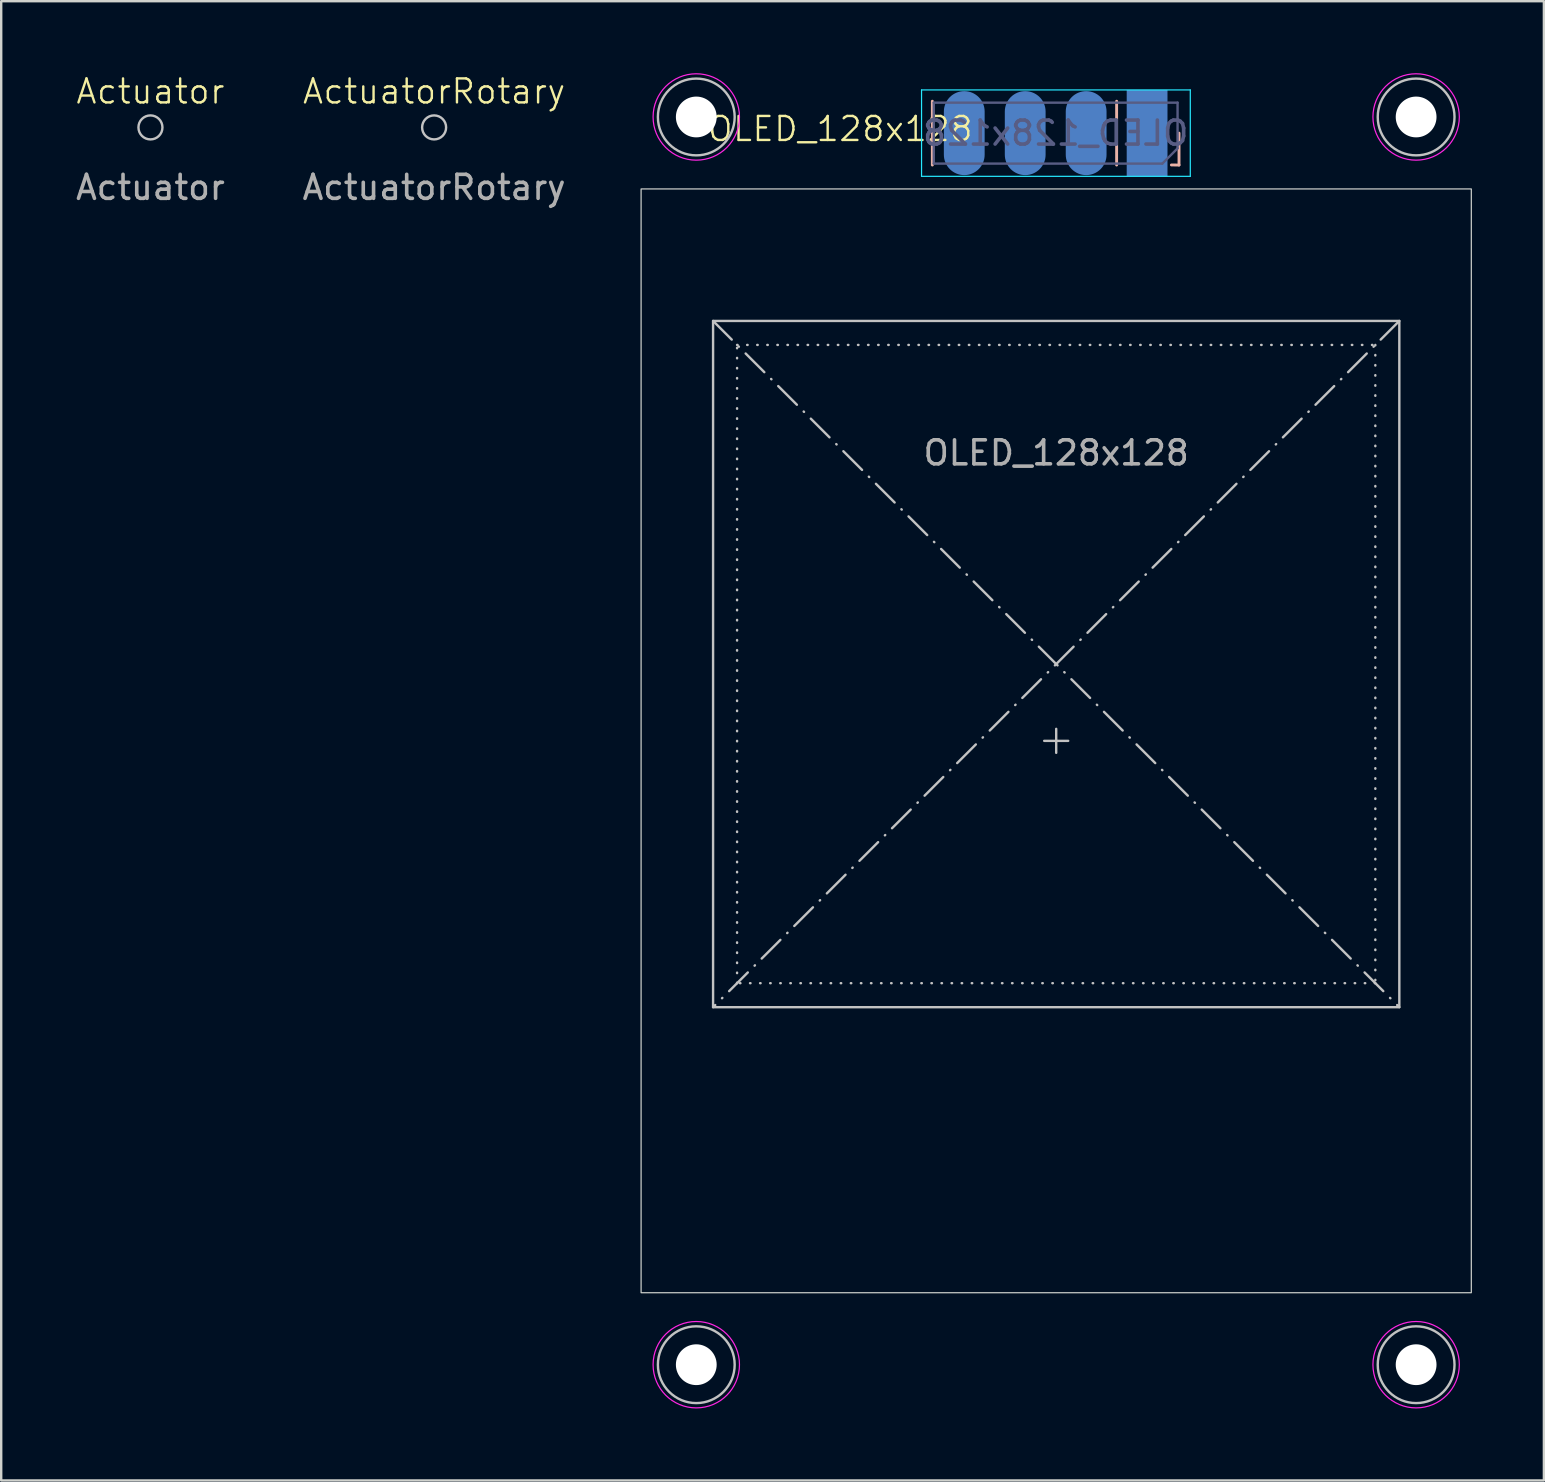
<source format=kicad_pcb>
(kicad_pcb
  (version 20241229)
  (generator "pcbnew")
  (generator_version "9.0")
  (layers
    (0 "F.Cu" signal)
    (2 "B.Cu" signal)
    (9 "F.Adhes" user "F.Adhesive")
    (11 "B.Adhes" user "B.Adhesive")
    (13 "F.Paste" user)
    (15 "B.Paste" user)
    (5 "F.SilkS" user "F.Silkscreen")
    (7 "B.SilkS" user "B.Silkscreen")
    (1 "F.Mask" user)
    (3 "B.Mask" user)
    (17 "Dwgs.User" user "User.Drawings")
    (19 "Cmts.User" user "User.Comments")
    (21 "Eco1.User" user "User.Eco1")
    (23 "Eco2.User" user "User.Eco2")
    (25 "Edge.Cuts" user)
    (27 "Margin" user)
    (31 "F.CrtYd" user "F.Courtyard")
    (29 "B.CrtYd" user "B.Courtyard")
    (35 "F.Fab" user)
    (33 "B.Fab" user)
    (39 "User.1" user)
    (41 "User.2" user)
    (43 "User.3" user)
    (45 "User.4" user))
  (footprint "ActuatorRotary"
    (layer "F.Cu")
    (at 15.042 2.26)
    (property "Reference" "ActuatorRotary" (at 0 -1.5 0) (unlocked yes) (layer "F.SilkS") (effects (font (size 1 1) (thickness 0.1))))
    (attr through_hole exclude_from_pos_files exclude_from_bom allow_missing_courtyard)
    (fp_circle (center 0 0) (end 0.5 0) (stroke (width 0.1) (type default)) (fill no) (layer "Dwgs.User"))
    (fp_text user "${REFERENCE}" (at 0 2.5 0) (unlocked yes) (layer "F.Fab") (effects (font (size 1 1) (thickness 0.15)))))
  (footprint "OLED_128x128"
    (layer "F.Cu")
    (at 40.968 27.825)
    (property "Reference" "OLED_128x128" (at -9 -25.5 0) (unlocked yes) (layer "F.SilkS") (effects (font (size 1 1) (thickness 0.1))))
    (attr through_hole)
    (fp_line (start -5.162 -23.997) (end -5.162 -26.657) (stroke (width 0.12) (type solid)) (layer "B.SilkS"))
    (fp_line (start 2.518 -23.997) (end 2.518 -26.657) (stroke (width 0.12) (type solid)) (layer "B.SilkS"))
    (fp_line (start 4.8 -24) (end 5.118 -23.997) (stroke (width 0.12) (type solid)) (layer "B.SilkS"))
    (fp_line (start 5.118 -23.997) (end 5.118 -25.327) (stroke (width 0.12) (type solid)) (layer "B.SilkS"))
    (fp_line (start -14.3 -17.5) (end 14.3 11.1) (stroke (width 0.1) (type dash_dot)) (layer "Dwgs.User"))
    (fp_line (start 0 -0.5) (end 0 0.5) (stroke (width 0.1) (type default)) (layer "Dwgs.User"))
    (fp_line (start 0.5 0) (end -0.5 0) (stroke (width 0.1) (type default)) (layer "Dwgs.User"))
    (fp_line (start 14.3 -17.5) (end -14.3 11.1) (stroke (width 0.1) (type dash_dot)) (layer "Dwgs.User"))
    (fp_rect (start -14.3 -17.5) (end 14.3 11.1) (stroke (width 0.1) (type default)) (fill no) (layer "Dwgs.User"))
    (fp_rect (start -13.3 -16.5) (end 13.3 10.1) (stroke (width 0.1) (type dot)) (fill no) (layer "Dwgs.User"))
    (fp_circle (center -15 -26) (end -13.4 -26) (stroke (width 0.1) (type solid)) (fill no) (layer "Dwgs.User"))
    (fp_circle (center -15 26) (end -13.4 26) (stroke (width 0.1) (type solid)) (fill no) (layer "Dwgs.User"))
    (fp_circle (center 15 -26) (end 16.6 -26) (stroke (width 0.1) (type solid)) (fill no) (layer "Dwgs.User"))
    (fp_circle (center 15 26) (end 16.6 26) (stroke (width 0.1) (type solid)) (fill no) (layer "Dwgs.User"))
    (fp_rect (start -17.3 -23) (end 17.3 23) (stroke (width 0.05) (type default)) (fill no) (layer "Edge.Cuts"))
    (fp_line (start -5.612 -27.127) (end 5.588 -27.127) (stroke (width 0.05) (type solid)) (layer "B.CrtYd"))
    (fp_line (start -5.612 -23.527) (end -5.612 -27.127) (stroke (width 0.05) (type solid)) (layer "B.CrtYd"))
    (fp_line (start 5.588 -27.127) (end 5.588 -23.527) (stroke (width 0.05) (type solid)) (layer "B.CrtYd"))
    (fp_line (start 5.588 -23.527) (end -5.612 -23.527) (stroke (width 0.05) (type solid)) (layer "B.CrtYd"))
    (fp_circle (center -15 -26) (end -13.2 -26) (stroke (width 0.05) (type solid)) (fill no) (layer "F.CrtYd"))
    (fp_circle (center -15 26) (end -13.2 26) (stroke (width 0.05) (type solid)) (fill no) (layer "F.CrtYd"))
    (fp_circle (center 15 -26) (end 16.8 -26) (stroke (width 0.05) (type solid)) (fill no) (layer "F.CrtYd"))
    (fp_circle (center 15 26) (end 16.8 26) (stroke (width 0.05) (type solid)) (fill no) (layer "F.CrtYd"))
    (fp_line (start -5.102 -26.597) (end -5.102 -24.057) (stroke (width 0.1) (type solid)) (layer "B.Fab"))
    (fp_line (start -5.102 -24.057) (end 4.423 -24.057) (stroke (width 0.1) (type solid)) (layer "B.Fab"))
    (fp_line (start 4.423 -24.057) (end 5.058 -24.692) (stroke (width 0.1) (type solid)) (layer "B.Fab"))
    (fp_line (start 5.058 -26.597) (end -5.102 -26.597) (stroke (width 0.1) (type solid)) (layer "B.Fab"))
    (fp_line (start 5.058 -24.692) (end 5.058 -26.597) (stroke (width 0.1) (type solid)) (layer "B.Fab"))
    (fp_text user "${REFERENCE}" (at -0.022 -25.327 180) (layer "B.Fab") (effects (font (size 1 1) (thickness 0.15)) (justify mirror)))
    (fp_text user "${REFERENCE}" (at 0 -12 0) (unlocked yes) (layer "F.Fab") (effects (font (size 1 1) (thickness 0.15))))
    (pad "" np_thru_hole circle (at -15 -26) (size 1.7 1.7) (drill 1.7) (layers "*.Cu" "*.Mask"))
    (pad "" np_thru_hole circle (at -15 26) (size 1.7 1.7) (drill 1.7) (layers "*.Cu" "*.Mask"))
    (pad "" np_thru_hole circle (at 15 -26) (size 1.7 1.7) (drill 1.7) (layers "*.Cu" "*.Mask"))
    (pad "" np_thru_hole circle (at 15 26) (size 1.7 1.7) (drill 1.7) (layers "*.Cu" "*.Mask"))
    (pad "1" smd rect (at 3.788 -25.327 270) (size 3.6 1.7) (layers "B.Cu" "B.Mask" "B.Paste"))
    (pad "2" smd oval (at 1.248 -25.327 270) (size 3.5 1.7) (layers "B.Cu" "B.Mask" "B.Paste"))
    (pad "3" smd oval (at -1.292 -25.327 270) (size 3.5 1.7) (layers "B.Cu" "B.Mask" "B.Paste"))
    (pad "4" smd oval (at -3.832 -25.327 270) (size 3.5 1.7) (layers "B.Cu" "B.Mask" "B.Paste")))
  (footprint "Actuator"
    (layer "F.Cu")
    (at 3.22 2.26)
    (property "Reference" "Actuator" (at 0 -1.5 0) (unlocked yes) (layer "F.SilkS") (effects (font (size 1 1) (thickness 0.1))))
    (attr through_hole exclude_from_pos_files exclude_from_bom allow_missing_courtyard)
    (fp_circle (center 0 0) (end 0.5 0) (stroke (width 0.1) (type default)) (fill no) (layer "Dwgs.User"))
    (fp_text user "${REFERENCE}" (at 0 2.5 0) (unlocked yes) (layer "F.Fab") (effects (font (size 1 1) (thickness 0.15)))))
  (gr_rect
    (start -3 -3)
    (end 61.293 58.65)
    (stroke (width 0.1) (type default))
    (fill no)
    (layer "Edge.Cuts")))
</source>
